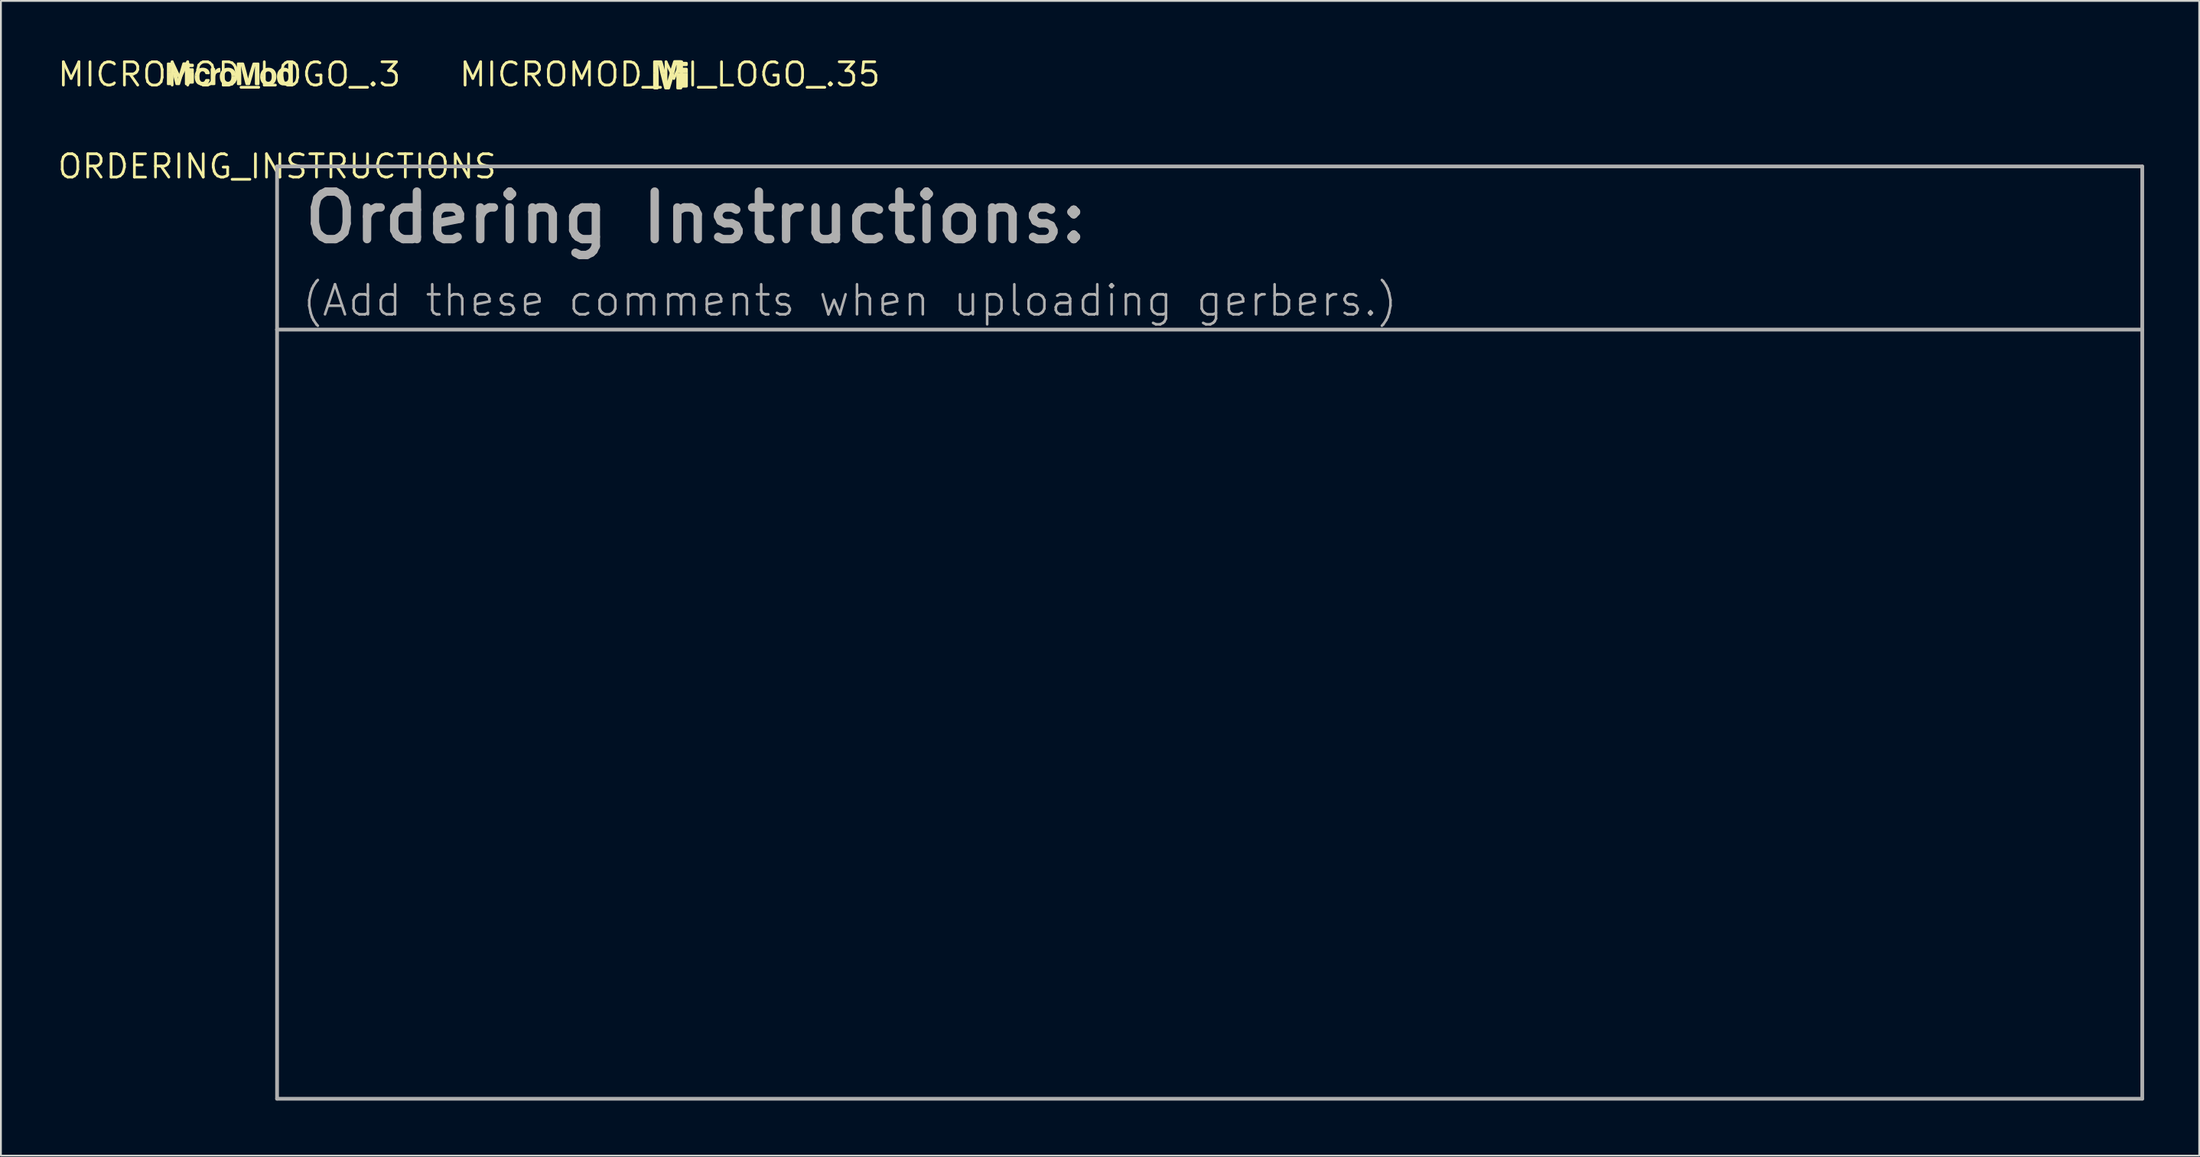
<source format=kicad_pcb>
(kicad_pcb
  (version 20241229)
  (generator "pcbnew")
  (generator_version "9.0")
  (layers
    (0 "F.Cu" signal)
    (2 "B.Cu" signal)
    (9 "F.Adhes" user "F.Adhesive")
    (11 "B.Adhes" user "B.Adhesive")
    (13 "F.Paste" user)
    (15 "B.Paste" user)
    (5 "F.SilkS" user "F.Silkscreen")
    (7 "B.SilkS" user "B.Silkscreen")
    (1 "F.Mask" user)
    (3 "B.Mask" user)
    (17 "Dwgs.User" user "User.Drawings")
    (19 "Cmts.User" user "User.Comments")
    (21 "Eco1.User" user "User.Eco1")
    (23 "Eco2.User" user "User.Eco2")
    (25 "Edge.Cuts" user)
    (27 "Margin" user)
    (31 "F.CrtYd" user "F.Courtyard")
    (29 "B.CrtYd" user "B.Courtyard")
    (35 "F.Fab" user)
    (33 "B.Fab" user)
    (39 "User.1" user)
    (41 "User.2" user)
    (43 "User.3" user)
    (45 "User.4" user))
  (footprint "MICROMOD_LOGO_.3"
    (layer "F.Cu")
    (at 9.442 1.006)
    (property "Reference" "MICROMOD_LOGO_.3" (at 0 0 0) (layer "F.SilkS") (effects (font (size 1.27 1.27) (thickness 0.15))))
    (fp_poly (pts (xy 1.426 -0.058) (xy 1.642 -0.058) (xy 1.643 0.536) (xy 1.614 0.581) (xy 1.559 0.584) (xy 1.451 0.584) (xy 1.4 0.564) (xy 1.392 0.509) (xy 1.391 -0.096)) (stroke (width 0) (type default)) (fill yes) (layer "F.SilkS"))
    (fp_poly (pts (xy -3.162 0.089) (xy -3.162 0.511) (xy -3.17 0.565) (xy -3.221 0.584) (xy -3.327 0.584) (xy -3.382 0.577) (xy -3.401 0.527) (xy -3.401 -0.111) (xy -3.187 -0.111) (xy -3.165 -0.119)) (stroke (width 0) (type default)) (fill yes) (layer "F.SilkS"))
    (fp_poly (pts (xy 0.436 -0.058) (xy 0.649 -0.058) (xy 0.651 0.053) (xy 0.652 0.527) (xy 0.631 0.577) (xy 0.577 0.584) (xy 0.47 0.584) (xy 0.42 0.565) (xy 0.412 0.51) (xy 0.41 -0.088)) (stroke (width 0) (type default)) (fill yes) (layer "F.SilkS"))
    (fp_poly (pts (xy -0.757 0.086) (xy -0.761 0.139) (xy -0.761 0.516) (xy -0.773 0.57) (xy -0.827 0.584) (xy -0.935 0.584) (xy -0.991 0.579) (xy -1.014 0.529) (xy -1.014 0.04) (xy -0.968 0.027) (xy -0.747 0.027)) (stroke (width 0) (type default)) (fill yes) (layer "F.SilkS"))
    (fp_poly (pts (xy -1.932 -0.11) (xy -1.929 -0.055) (xy -1.929 0.419) (xy -1.937 0.473) (xy -1.983 0.501) (xy -2.141 0.502) (xy -2.172 0.53) (xy -2.192 0.578) (xy -2.247 0.584) (xy -2.353 0.584) (xy -2.406 0.573) (xy -2.421 0.521) (xy -2.421 -0.005) (xy -2.42 -0.058) (xy -2.421 -0.157)) (stroke (width 0) (type default)) (fill yes) (layer "F.SilkS"))
    (fp_poly (pts (xy -3.038 -0.645) (xy -3.008 -0.601) (xy -2.95 -0.397) (xy -2.868 -0.096) (xy -2.895 -0.101) (xy -3.052 -0.101) (xy -3.091 -0.099) (xy -3.171 -0.425) (xy -3.176 -0.444) (xy -3.177 -0.427) (xy -3.172 -0.322) (xy -3.165 -0.106) (xy -3.218 -0.101) (xy -3.376 -0.101) (xy -3.401 -0.1) (xy -3.4 -0.615) (xy -3.359 -0.648) (xy -3.093 -0.649)) (stroke (width 0) (type default)) (fill yes) (layer "F.SilkS"))
    (fp_poly (pts (xy 1.631 -0.629) (xy 1.64 -0.575) (xy 1.639 -0.047) (xy 1.422 -0.047) (xy 1.391 -0.073) (xy 1.394 -0.286) (xy 1.399 -0.441) (xy 1.395 -0.445) (xy 1.374 -0.351) (xy 1.336 -0.199) (xy 1.309 -0.097) (xy 1.291 -0.047) (xy 1.129 -0.047) (xy 1.097 -0.069) (xy 1.189 -0.373) (xy 1.269 -0.625) (xy 1.317 -0.648) (xy 1.581 -0.648)) (stroke (width 0) (type default)) (fill yes) (layer "F.SilkS"))
    (fp_poly (pts (xy 0.763 -0.649) (xy 0.803 -0.614) (xy 0.848 -0.46) (xy 0.904 -0.256) (xy 0.944 -0.102) (xy 0.953 -0.048) (xy 0.732 -0.048) (xy 0.716 -0.101) (xy 0.692 -0.205) (xy 0.638 -0.449) (xy 0.634 -0.442) (xy 0.642 -0.284) (xy 0.649 -0.038) (xy 0.608 -0.048) (xy 0.448 -0.048) (xy 0.41 -0.069) (xy 0.41 -0.603) (xy 0.441 -0.646) (xy 0.496 -0.649)) (stroke (width 0) (type default)) (fill yes) (layer "F.SilkS"))
    (fp_poly (pts (xy -2.532 -0.111) (xy -2.505 -0.085) (xy -2.591 0.225) (xy -2.682 0.532) (xy -2.71 0.579) (xy -2.765 0.584) (xy -2.872 0.584) (xy -2.923 0.565) (xy -2.94 0.513) (xy -2.994 0.307) (xy -3.083 -0.055) (xy -3.095 -0.111) (xy -2.872 -0.111) (xy -2.856 -0.056) (xy -2.843 -0.004) (xy -2.79 0.228) (xy -2.772 0.145) (xy -2.745 0.042) (xy -2.719 -0.069) (xy -2.7 -0.12)) (stroke (width 0) (type default)) (fill yes) (layer "F.SilkS"))
    (fp_poly (pts (xy 1.135 -0.058) (xy 1.299 -0.058) (xy 1.286 0.000286) (xy 1.229 0.205) (xy 1.155 0.46) (xy 1.122 0.563) (xy 1.073 0.584) (xy 0.965 0.584) (xy 0.91 0.58) (xy 0.88 0.536) (xy 0.813 0.278) (xy 0.728 -0.063) (xy 0.768 -0.058) (xy 0.926 -0.058) (xy 0.951 -0.064) (xy 1 0.129) (xy 1.019 0.223) (xy 1.023 0.219) (xy 1.047 0.117) (xy 1.101 -0.083)) (stroke (width 0) (type default)) (fill yes) (layer "F.SilkS"))
    (fp_poly (pts (xy -0.489 -0.33) (xy -0.488 -0.169) (xy -0.505 -0.119) (xy -0.559 -0.107) (xy -0.61 -0.099) (xy -0.658 -0.082) (xy -0.7 -0.053) (xy -0.731 -0.013) (xy -0.752 0.037) (xy -0.965 0.037) (xy -1.014 0.052) (xy -1.017 -0.237) (xy -1.018 -0.29) (xy -1.002 -0.341) (xy -0.948 -0.35) (xy -0.842 -0.35) (xy -0.788 -0.34) (xy -0.769 -0.29) (xy -0.766 -0.237) (xy -0.766 -0.204) (xy -0.752 -0.23) (xy -0.719 -0.272) (xy -0.679 -0.307) (xy -0.633 -0.334) (xy -0.583 -0.352) (xy -0.529 -0.362)) (stroke (width 0) (type default)) (fill yes) (layer "F.SilkS"))
    (fp_poly (pts (xy -2.199 -0.654) (xy -2.176 -0.608) (xy -2.139 -0.586) (xy -1.98 -0.584) (xy -1.938 -0.549) (xy -1.933 -0.494) (xy -1.937 -0.44) (xy -1.977 -0.403) (xy -2.032 -0.401) (xy -2.137 -0.401) (xy -2.174 -0.382) (xy -2.163 -0.341) (xy -2.115 -0.337) (xy -2.008 -0.337) (xy -1.955 -0.325) (xy -1.934 -0.275) (xy -1.934 -0.111) (xy -1.982 -0.101) (xy -2.41 -0.101) (xy -2.421 -0.148) (xy -2.418 -0.307) (xy -2.414 -0.443) (xy -2.42 -0.431) (xy -2.457 -0.277) (xy -2.51 -0.071) (xy -2.542 -0.101) (xy -2.706 -0.101) (xy -2.69 -0.161) (xy -2.556 -0.616) (xy -2.522 -0.657) (xy -2.467 -0.658) (xy -2.255 -0.658)) (stroke (width 0) (type default)) (fill yes) (layer "F.SilkS"))
    (fp_poly (pts (xy -1.397 -0.364) (xy -1.344 -0.356) (xy -1.292 -0.341) (xy -1.242 -0.32) (xy -1.196 -0.291) (xy -1.155 -0.255) (xy -1.121 -0.213) (xy -1.094 -0.166) (xy -1.075 -0.115) (xy -1.062 -0.061) (xy -1.09 -0.014) (xy -1.146 -0.011) (xy -1.254 -0.011) (xy -1.306 -0.029) (xy -1.324 -0.081) (xy -1.35 -0.126) (xy -1.39 -0.157) (xy -1.439 -0.171) (xy -1.491 -0.168) (xy -1.539 -0.149) (xy -1.576 -0.114) (xy -1.602 -0.068) (xy -1.617 -0.018) (xy -1.629 0.05) (xy -1.674 0.05) (xy -1.835 0.05) (xy -1.881 0.037) (xy -1.872 -0.02) (xy -1.859 -0.073) (xy -1.84 -0.123) (xy -1.815 -0.172) (xy -1.785 -0.216) (xy -1.748 -0.256) (xy -1.707 -0.291) (xy -1.66 -0.319) (xy -1.611 -0.34) (xy -1.559 -0.355) (xy -1.505 -0.364) (xy -1.451 -0.367)) (stroke (width 0) (type default)) (fill yes) (layer "F.SilkS"))
    (fp_poly (pts (xy -1.842 0.04) (xy -1.627 0.04) (xy -1.631 0.097) (xy -1.63 0.149) (xy -1.626 0.201) (xy -1.617 0.253) (xy -1.603 0.303) (xy -1.579 0.348) (xy -1.543 0.383) (xy -1.496 0.402) (xy -1.445 0.406) (xy -1.396 0.394) (xy -1.356 0.364) (xy -1.329 0.32) (xy -1.309 0.269) (xy -1.259 0.251) (xy -1.153 0.251) (xy -1.098 0.253) (xy -1.066 0.296) (xy -1.081 0.35) (xy -1.102 0.399) (xy -1.129 0.445) (xy -1.163 0.486) (xy -1.202 0.522) (xy -1.247 0.551) (xy -1.296 0.572) (xy -1.347 0.587) (xy -1.4 0.596) (xy -1.453 0.599) (xy -1.506 0.598) (xy -1.559 0.592) (xy -1.611 0.581) (xy -1.661 0.563) (xy -1.708 0.538) (xy -1.751 0.506) (xy -1.787 0.467) (xy -1.817 0.423) (xy -1.841 0.376) (xy -1.859 0.326) (xy -1.872 0.274) (xy -1.88 0.222) (xy -1.885 0.169) (xy -1.886 0.116) (xy -1.881 0.028)) (stroke (width 0) (type default)) (fill yes) (layer "F.SilkS"))
    (fp_poly (pts (xy 3.457 -0.692) (xy 3.46 -0.637) (xy 3.46 0.11) (xy 3.41 0.118) (xy 3.248 0.118) (xy 3.218 0.089) (xy 3.216 0.034) (xy 3.209 -0.018) (xy 3.195 -0.068) (xy 3.17 -0.112) (xy 3.13 -0.143) (xy 3.08 -0.156) (xy 3.028 -0.158) (xy 2.978 -0.147) (xy 2.933 -0.123) (xy 2.898 -0.085) (xy 2.875 -0.039) (xy 2.86 0.011) (xy 2.853 0.063) (xy 2.848 0.118) (xy 2.63 0.118) (xy 2.594 0.096) (xy 2.598 0.039) (xy 2.606 -0.013) (xy 2.618 -0.065) (xy 2.635 -0.116) (xy 2.658 -0.164) (xy 2.687 -0.21) (xy 2.72 -0.252) (xy 2.76 -0.288) (xy 2.805 -0.318) (xy 2.853 -0.341) (xy 2.905 -0.356) (xy 2.958 -0.364) (xy 3.011 -0.366) (xy 3.065 -0.361) (xy 3.117 -0.35) (xy 3.167 -0.328) (xy 3.201 -0.298) (xy 3.207 -0.316) (xy 3.207 -0.634) (xy 3.209 -0.689) (xy 3.25 -0.723) (xy 3.413 -0.723)) (stroke (width 0) (type default)) (fill yes) (layer "F.SilkS"))
    (fp_poly (pts (xy -0.014 -0.365) (xy 0.038 -0.357) (xy 0.09 -0.343) (xy 0.139 -0.323) (xy 0.185 -0.296) (xy 0.227 -0.263) (xy 0.264 -0.225) (xy 0.294 -0.182) (xy 0.319 -0.135) (xy 0.339 -0.085) (xy 0.353 -0.034) (xy 0.362 0.018) (xy 0.368 0.091) (xy 0.326 0.093) (xy 0.168 0.093) (xy 0.113 0.091) (xy 0.109 0.034) (xy 0.1 -0.017) (xy 0.084 -0.066) (xy 0.057 -0.109) (xy 0.019 -0.143) (xy -0.028 -0.162) (xy -0.079 -0.167) (xy -0.129 -0.159) (xy -0.175 -0.137) (xy -0.21 -0.101) (xy -0.235 -0.056) (xy -0.251 -0.007) (xy -0.26 0.044) (xy -0.264 0.122) (xy -0.489 0.093) (xy -0.517 0.064) (xy -0.51 0.009) (xy -0.499 -0.043) (xy -0.482 -0.093) (xy -0.461 -0.142) (xy -0.434 -0.187) (xy -0.401 -0.229) (xy -0.363 -0.267) (xy -0.321 -0.298) (xy -0.274 -0.324) (xy -0.225 -0.344) (xy -0.173 -0.357) (xy -0.12 -0.364) (xy -0.067 -0.367)) (stroke (width 0) (type default)) (fill yes) (layer "F.SilkS"))
    (fp_poly (pts (xy 2.182 -0.364) (xy 2.234 -0.357) (xy 2.286 -0.343) (xy 2.335 -0.323) (xy 2.381 -0.297) (xy 2.423 -0.264) (xy 2.46 -0.226) (xy 2.49 -0.183) (xy 2.515 -0.137) (xy 2.535 -0.087) (xy 2.549 -0.037) (xy 2.559 0.016) (xy 2.564 0.111) (xy 2.537 0.104) (xy 2.309 0.128) (xy 2.308 0.06) (xy 2.302 0.008) (xy 2.29 -0.042) (xy 2.269 -0.089) (xy 2.237 -0.128) (xy 2.193 -0.154) (xy 2.144 -0.166) (xy 2.093 -0.165) (xy 2.045 -0.15) (xy 2.004 -0.121) (xy 1.973 -0.08) (xy 1.953 -0.033) (xy 1.941 0.017) (xy 1.931 0.106) (xy 1.906 0.104) (xy 1.699 0.104) (xy 1.675 0.135) (xy 1.687 0.007) (xy 1.698 -0.044) (xy 1.715 -0.095) (xy 1.736 -0.143) (xy 1.764 -0.189) (xy 1.796 -0.23) (xy 1.834 -0.267) (xy 1.877 -0.299) (xy 1.923 -0.325) (xy 1.973 -0.344) (xy 2.024 -0.357) (xy 2.076 -0.364) (xy 2.129 -0.367)) (stroke (width 0) (type default)) (fill yes) (layer "F.SilkS"))
    (fp_poly (pts (xy 3.245 0.107) (xy 3.46 0.107) (xy 3.462 0.431) (xy 3.465 0.539) (xy 3.434 0.582) (xy 3.378 0.584) (xy 3.271 0.584) (xy 3.222 0.563) (xy 3.211 0.509) (xy 3.205 0.493) (xy 3.177 0.529) (xy 3.135 0.562) (xy 3.085 0.584) (xy 3.033 0.596) (xy 2.979 0.601) (xy 2.926 0.6) (xy 2.873 0.593) (xy 2.821 0.576) (xy 2.773 0.552) (xy 2.73 0.519) (xy 2.694 0.48) (xy 2.664 0.435) (xy 2.64 0.387) (xy 2.622 0.336) (xy 2.609 0.284) (xy 2.6 0.232) (xy 2.595 0.178) (xy 2.594 0.086) (xy 2.64 0.108) (xy 2.799 0.108) (xy 2.851 0.114) (xy 2.853 0.171) (xy 2.861 0.223) (xy 2.875 0.273) (xy 2.897 0.32) (xy 2.931 0.359) (xy 2.975 0.385) (xy 3.026 0.394) (xy 3.077 0.391) (xy 3.127 0.376) (xy 3.167 0.345) (xy 3.193 0.301) (xy 3.208 0.252) (xy 3.215 0.2) (xy 3.218 0.072)) (stroke (width 0) (type default)) (fill yes) (layer "F.SilkS"))
    (fp_poly (pts (xy 2.562 0.152) (xy 2.557 0.205) (xy 2.547 0.258) (xy 2.534 0.31) (xy 2.515 0.36) (xy 2.49 0.407) (xy 2.46 0.452) (xy 2.424 0.492) (xy 2.382 0.525) (xy 2.336 0.553) (xy 2.287 0.574) (xy 2.235 0.588) (xy 2.182 0.597) (xy 2.129 0.6) (xy 2.075 0.599) (xy 2.022 0.593) (xy 1.97 0.581) (xy 1.919 0.563) (xy 1.871 0.538) (xy 1.828 0.506) (xy 1.79 0.468) (xy 1.758 0.425) (xy 1.732 0.378) (xy 1.711 0.329) (xy 1.696 0.277) (xy 1.686 0.225) (xy 1.68 0.172) (xy 1.677 0.115) (xy 1.715 0.094) (xy 1.933 0.094) (xy 1.935 0.152) (xy 1.941 0.204) (xy 1.952 0.255) (xy 1.971 0.304) (xy 1.999 0.347) (xy 2.039 0.379) (xy 2.087 0.397) (xy 2.138 0.4) (xy 2.188 0.389) (xy 2.231 0.362) (xy 2.263 0.322) (xy 2.285 0.275) (xy 2.299 0.224) (xy 2.306 0.172) (xy 2.309 0.117) (xy 2.345 0.094) (xy 2.564 0.094)) (stroke (width 0) (type default)) (fill yes) (layer "F.SilkS"))
    (fp_poly (pts (xy -0.293 0.083) (xy -0.263 0.111) (xy -0.26 0.166) (xy -0.253 0.218) (xy -0.24 0.268) (xy -0.22 0.316) (xy -0.188 0.356) (xy -0.146 0.385) (xy -0.097 0.399) (xy -0.046 0.399) (xy 0.003 0.384) (xy 0.043 0.353) (xy 0.073 0.311) (xy 0.093 0.263) (xy 0.104 0.212) (xy 0.11 0.16) (xy 0.113 0.076) (xy 0.151 0.083) (xy 0.367 0.083) (xy 0.366 0.141) (xy 0.362 0.194) (xy 0.353 0.247) (xy 0.341 0.299) (xy 0.323 0.349) (xy 0.3 0.397) (xy 0.271 0.442) (xy 0.236 0.483) (xy 0.196 0.518) (xy 0.151 0.547) (xy 0.102 0.569) (xy 0.051 0.585) (xy -0.001 0.595) (xy -0.054 0.6) (xy -0.108 0.6) (xy -0.161 0.595) (xy -0.213 0.585) (xy -0.264 0.568) (xy -0.312 0.545) (xy -0.357 0.516) (xy -0.396 0.479) (xy -0.43 0.438) (xy -0.458 0.392) (xy -0.48 0.343) (xy -0.497 0.293) (xy -0.508 0.241) (xy -0.515 0.188) (xy -0.519 0.135) (xy -0.517 0.054)) (stroke (width 0) (type default)) (fill yes) (layer "F.SilkS")))
  (footprint "MICROMOD_MI_LOGO_.35"
    (layer "F.Cu")
    (at 33.441 1.006)
    (property "Reference" "MICROMOD_MI_LOGO_.35" (at 0 0 0) (layer "F.SilkS") (effects (font (size 1.27 1.27) (thickness 0.15))))
    (fp_poly (pts (xy -0.613 -0.051) (xy -0.61 0.161) (xy -0.61 0.738) (xy -0.62 0.792) (xy -0.668 0.816) (xy -0.826 0.816) (xy -0.881 0.812) (xy -0.914 0.769) (xy -0.915 -0.076) (xy -0.646 -0.076)) (stroke (width 0) (type default)) (fill yes) (layer "F.SilkS"))
    (fp_poly (pts (xy 0.389 -0.076) (xy 0.976 -0.076) (xy 0.977 -0.018) (xy 0.977 0.617) (xy 0.972 0.672) (xy 0.933 0.711) (xy 0.879 0.716) (xy 0.72 0.716) (xy 0.675 0.727) (xy 0.665 0.776) (xy 0.626 0.814) (xy 0.572 0.816) (xy 0.412 0.816) (xy 0.361 0.796) (xy 0.348 0.743) (xy 0.351 -0.082)) (stroke (width 0) (type default)) (fill yes) (layer "F.SilkS"))
    (fp_poly (pts (xy -0.434 -0.755) (xy -0.409 -0.706) (xy -0.379 -0.603) (xy -0.308 -0.348) (xy -0.235 -0.071) (xy -0.274 -0.065) (xy -0.488 -0.065) (xy -0.527 -0.089) (xy -0.587 -0.35) (xy -0.621 -0.504) (xy -0.63 -0.522) (xy -0.625 -0.438) (xy -0.619 -0.279) (xy -0.614 -0.12) (xy -0.612 -0.044) (xy -0.888 -0.065) (xy -0.914 -0.065) (xy -0.915 -0.685) (xy -0.907 -0.74) (xy -0.86 -0.767) (xy -0.487 -0.768)) (stroke (width 0) (type default)) (fill yes) (layer "F.SilkS"))
    (fp_poly (pts (xy -0.235 -0.075) (xy -0.219 -0.021) (xy -0.194 0.082) (xy -0.129 0.367) (xy -0.112 0.285) (xy -0.086 0.182) (xy -0.029 -0.023) (xy -0.011 -0.076) (xy 0.207 -0.076) (xy 0.239 -0.054) (xy 0.125 0.36) (xy 0.004 0.769) (xy -0.029 0.812) (xy -0.084 0.816) (xy -0.245 0.816) (xy -0.295 0.797) (xy -0.315 0.745) (xy -0.342 0.642) (xy -0.422 0.333) (xy -0.511 -0.028) (xy -0.527 -0.093)) (stroke (width 0) (type default)) (fill yes) (layer "F.SilkS"))
    (fp_poly (pts (xy 0.642 -0.767) (xy 0.665 -0.719) (xy 0.694 -0.686) (xy 0.904 -0.686) (xy 0.955 -0.665) (xy 0.976 -0.615) (xy 0.973 -0.506) (xy 0.941 -0.462) (xy 0.887 -0.452) (xy 0.728 -0.452) (xy 0.68 -0.448) (xy 0.666 -0.405) (xy 0.688 -0.368) (xy 0.897 -0.367) (xy 0.949 -0.351) (xy 0.975 -0.303) (xy 0.976 -0.068) (xy 0.937 -0.066) (xy 0.35 -0.066) (xy 0.353 -0.282) (xy 0.358 -0.493) (xy 0.357 -0.518) (xy 0.347 -0.495) (xy 0.311 -0.341) (xy 0.236 -0.041) (xy 0.198 -0.066) (xy -0.012 -0.071) (xy -0.001 -0.128) (xy 0.009 -0.174) (xy 0.086 -0.428) (xy 0.181 -0.731) (xy 0.216 -0.773) (xy 0.27 -0.777) (xy 0.588 -0.777)) (stroke (width 0) (type default)) (fill yes) (layer "F.SilkS")))
  (footprint "ORDERING_INSTRUCTIONS"
    (layer "F.Cu")
    (at 12.042 6.019)
    (property "Reference" "ORDERING_INSTRUCTIONS" (at 0 0 0) (layer "F.SilkS") (effects (font (size 1.27 1.27) (thickness 0.15))))
    (fp_line (start 0 0) (end 101.6 0) (stroke (width 0.203) (type solid)) (layer "F.Fab"))
    (fp_line (start 0 8.89) (end 0 0) (stroke (width 0.203) (type solid)) (layer "F.Fab"))
    (fp_line (start 0 8.89) (end 101.6 8.89) (stroke (width 0.203) (type solid)) (layer "F.Fab"))
    (fp_line (start 0 50.8) (end 0 8.89) (stroke (width 0.203) (type solid)) (layer "F.Fab"))
    (fp_line (start 101.6 0) (end 101.6 8.89) (stroke (width 0.203) (type solid)) (layer "F.Fab"))
    (fp_line (start 101.6 8.89) (end 101.6 50.8) (stroke (width 0.203) (type solid)) (layer "F.Fab"))
    (fp_line (start 101.6 50.8) (end 0 50.8) (stroke (width 0.203) (type solid)) (layer "F.Fab"))
    (fp_text user "(Add these comments when uploading gerbers.)" (at 1.27 6.35 0) (layer "F.Fab") (effects (font (size 1.636 1.636) (thickness 0.142)) (justify left top)))
    (fp_text user "Ordering Instructions:" (at 1.27 1.27 0) (layer "F.Fab") (effects (font (size 2.591 2.591) (thickness 0.457)) (justify left top))))
  (gr_rect
    (start -3 -3)
    (end 116.744 59.92)
    (stroke (width 0.1) (type default))
    (fill no)
    (layer "Edge.Cuts")))
</source>
